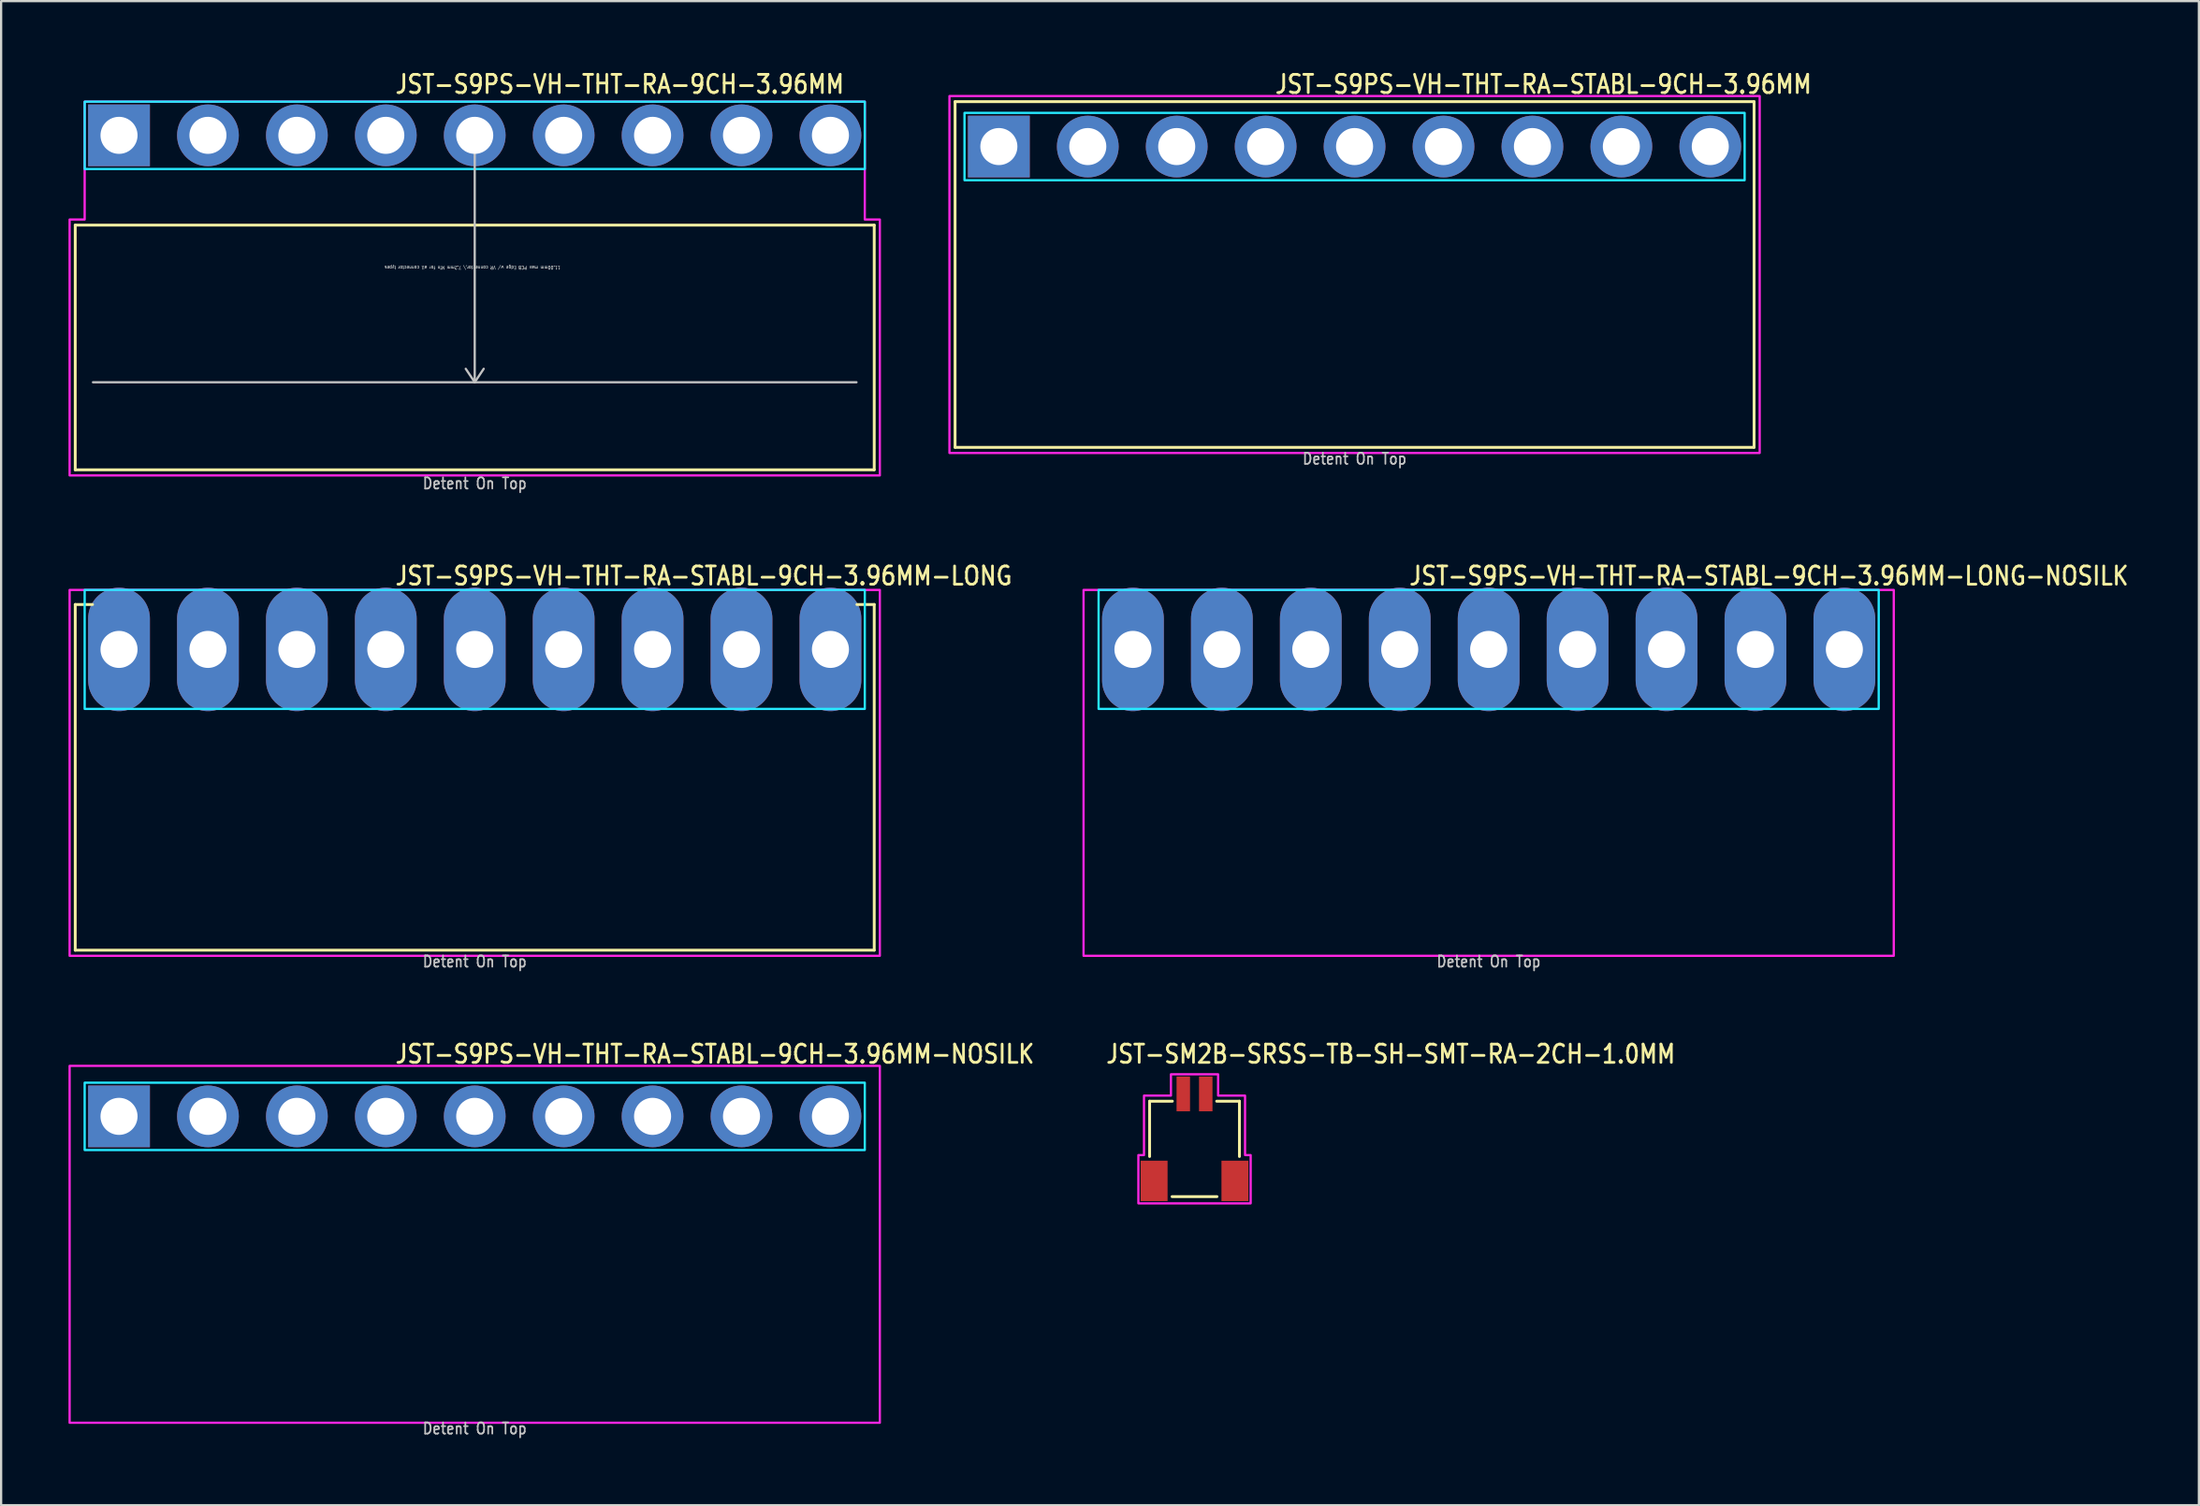
<source format=kicad_pcb>
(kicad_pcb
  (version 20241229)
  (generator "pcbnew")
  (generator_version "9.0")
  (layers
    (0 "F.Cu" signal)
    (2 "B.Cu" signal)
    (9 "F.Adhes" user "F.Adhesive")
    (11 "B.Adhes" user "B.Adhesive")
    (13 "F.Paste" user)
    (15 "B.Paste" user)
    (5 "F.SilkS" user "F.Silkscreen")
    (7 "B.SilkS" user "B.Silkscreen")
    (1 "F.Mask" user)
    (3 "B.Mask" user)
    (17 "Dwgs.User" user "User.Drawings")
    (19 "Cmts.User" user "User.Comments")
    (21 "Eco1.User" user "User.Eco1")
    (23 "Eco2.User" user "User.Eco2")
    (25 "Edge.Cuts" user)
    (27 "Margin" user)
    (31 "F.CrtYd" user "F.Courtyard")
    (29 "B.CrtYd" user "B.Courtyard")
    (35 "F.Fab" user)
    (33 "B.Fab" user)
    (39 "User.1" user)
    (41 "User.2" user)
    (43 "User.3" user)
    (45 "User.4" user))
  (footprint "JST-S9PS-VH-THT-RA-STABL-9CH-3.96MM"
    (layer "F.Cu")
    (at 57.27 3.479)
    (property "Reference" "JST-S9PS-VH-THT-RA-STABL-9CH-3.96MM" (at -3.6 -2.3 0) (unlocked yes) (layer "F.SilkS") (effects (font (size 0.813 0.695) (thickness 0.122)) (justify left bottom)))
    (fp_line (start -17.79 -2) (end 17.79 -2) (stroke (width 0.127) (type solid)) (layer "F.SilkS"))
    (fp_line (start -17.79 13.4) (end -17.79 -2) (stroke (width 0.127) (type solid)) (layer "F.SilkS"))
    (fp_line (start -17.79 13.4) (end 17.79 13.4) (stroke (width 0.127) (type solid)) (layer "F.SilkS"))
    (fp_line (start 17.79 -2) (end 17.79 13.4) (stroke (width 0.127) (type solid)) (layer "F.SilkS"))
    (fp_poly (pts (xy -17.37 -1.5) (xy -17.37 1.5) (xy 17.37 1.5) (xy 17.37 -1.5)) (stroke (width 0.1) (type solid)) (fill no) (layer "B.CrtYd"))
    (fp_poly (pts (xy -18.04 13.65) (xy 18.04 13.65) (xy 18.04 -2.25) (xy -18.04 -2.25)) (stroke (width 0.1) (type solid)) (fill no) (layer "F.CrtYd"))
    (fp_text user "Detent On Top" (at 0 14.2 0) (unlocked yes) (layer "Dwgs.User") (effects (font (size 0.5 0.427) (thickness 0.075)) (justify bottom)))
    (pad "1" thru_hole rect (at -15.84 0) (size 2.75 2.75) (drill 1.65) (layers "*.Cu" "*.Mask"))
    (pad "2" thru_hole oval (at -11.88 0) (size 2.75 2.75) (drill 1.65) (layers "*.Cu" "*.Mask"))
    (pad "3" thru_hole oval (at -7.92 0) (size 2.75 2.75) (drill 1.65) (layers "*.Cu" "*.Mask"))
    (pad "4" thru_hole oval (at -3.96 0) (size 2.75 2.75) (drill 1.65) (layers "*.Cu" "*.Mask"))
    (pad "5" thru_hole oval (at 0 0) (size 2.75 2.75) (drill 1.65) (layers "*.Cu" "*.Mask"))
    (pad "6" thru_hole oval (at 3.96 0) (size 2.75 2.75) (drill 1.65) (layers "*.Cu" "*.Mask"))
    (pad "7" thru_hole oval (at 7.92 0) (size 2.75 2.75) (drill 1.65) (layers "*.Cu" "*.Mask"))
    (pad "8" thru_hole oval (at 11.88 0) (size 2.75 2.75) (drill 1.65) (layers "*.Cu" "*.Mask"))
    (pad "9" thru_hole oval (at 15.84 0) (size 2.75 2.75) (drill 1.65) (layers "*.Cu" "*.Mask")))
  (footprint "JST-S9PS-VH-THT-RA-9CH-3.96MM"
    (layer "F.Cu")
    (at 18.09 2.979)
    (property "Reference" "JST-S9PS-VH-THT-RA-9CH-3.96MM" (at -3.6 -1.8 0) (unlocked yes) (layer "F.SilkS") (effects (font (size 0.813 0.695) (thickness 0.122)) (justify left bottom)))
    (fp_line (start -17.79 4) (end 17.79 4) (stroke (width 0.127) (type solid)) (layer "F.SilkS"))
    (fp_line (start -17.79 14.9) (end -17.79 4) (stroke (width 0.127) (type solid)) (layer "F.SilkS"))
    (fp_line (start -17.79 14.9) (end 17.79 14.9) (stroke (width 0.127) (type solid)) (layer "F.SilkS"))
    (fp_line (start 17.79 4) (end 17.79 14.9) (stroke (width 0.127) (type solid)) (layer "F.SilkS"))
    (fp_line (start -17 11) (end 17 11) (stroke (width 0.1) (type solid)) (layer "Dwgs.User"))
    (fp_line (start 0 0) (end -0.4 0.6) (stroke (width 0.1) (type solid)) (layer "Dwgs.User"))
    (fp_line (start 0 0) (end 0 11) (stroke (width 0.1) (type solid)) (layer "Dwgs.User"))
    (fp_line (start 0 0) (end 0.4 0.6) (stroke (width 0.1) (type solid)) (layer "Dwgs.User"))
    (fp_line (start 0 11) (end -0.4 10.4) (stroke (width 0.1) (type solid)) (layer "Dwgs.User"))
    (fp_line (start 0 11) (end 0.4 10.4) (stroke (width 0.1) (type solid)) (layer "Dwgs.User"))
    (fp_poly (pts (xy -17.37 -1.5) (xy -17.37 1.5) (xy 17.37 1.5) (xy 17.37 -1.5)) (stroke (width 0.1) (type solid)) (fill no) (layer "B.CrtYd"))
    (fp_poly (pts (xy -18.04 3.75) (xy -18.04 15.15) (xy 18.04 15.15) (xy 18.04 3.75) (xy 17.37 3.75) (xy 17.37 -1.5) (xy -17.37 -1.5) (xy -17.37 3.75)) (stroke (width 0.1) (type solid)) (fill no) (layer "F.CrtYd"))
    (fp_text user "11.00mm max PCB Edge w/ VR connector,\\ 7.2mm Min for all connector types" (at -0.1 5.8 180) (unlocked yes) (layer "Dwgs.User") (effects (font (size 0.15 0.128) (thickness 0.022)) (justify bottom)))
    (fp_text user "Detent On Top" (at 0 15.8 0) (unlocked yes) (layer "Dwgs.User") (effects (font (size 0.5 0.427) (thickness 0.075)) (justify bottom)))
    (pad "1" thru_hole rect (at -15.84 0) (size 2.75 2.75) (drill 1.65) (layers "*.Cu" "*.Mask"))
    (pad "2" thru_hole oval (at -11.88 0) (size 2.75 2.75) (drill 1.65) (layers "*.Cu" "*.Mask"))
    (pad "3" thru_hole oval (at -7.92 0) (size 2.75 2.75) (drill 1.65) (layers "*.Cu" "*.Mask"))
    (pad "4" thru_hole oval (at -3.96 0) (size 2.75 2.75) (drill 1.65) (layers "*.Cu" "*.Mask"))
    (pad "5" thru_hole oval (at 0 0) (size 2.75 2.75) (drill 1.65) (layers "*.Cu" "*.Mask"))
    (pad "6" thru_hole oval (at 3.96 0) (size 2.75 2.75) (drill 1.65) (layers "*.Cu" "*.Mask"))
    (pad "7" thru_hole oval (at 7.92 0) (size 2.75 2.75) (drill 1.65) (layers "*.Cu" "*.Mask"))
    (pad "8" thru_hole oval (at 11.88 0) (size 2.75 2.75) (drill 1.65) (layers "*.Cu" "*.Mask"))
    (pad "9" thru_hole oval (at 15.84 0) (size 2.75 2.75) (drill 1.65) (layers "*.Cu" "*.Mask")))
  (footprint "JST-SM2B-SRSS-TB-SH-SMT-RA-2CH-1.0MM"
    (layer "F.Cu")
    (at 50.143 47.682)
    (property "Reference" "JST-SM2B-SRSS-TB-SH-SMT-RA-2CH-1.0MM" (at -4 -3.3 0) (unlocked yes) (layer "F.SilkS") (effects (font (size 0.813 0.695) (thickness 0.122)) (justify left bottom)))
    (fp_line (start -2 -1.675) (end -0.987 -1.675) (stroke (width 0.127) (type solid)) (layer "F.SilkS"))
    (fp_line (start -2 0.788) (end -2 -1.675) (stroke (width 0.127) (type solid)) (layer "F.SilkS"))
    (fp_line (start -1 2.575) (end 1 2.575) (stroke (width 0.127) (type solid)) (layer "F.SilkS"))
    (fp_line (start 0.987 -1.675) (end 2 -1.675) (stroke (width 0.127) (type solid)) (layer "F.SilkS"))
    (fp_line (start 2 -1.675) (end 2 0.788) (stroke (width 0.127) (type solid)) (layer "F.SilkS"))
    (fp_poly (pts (xy -2.5 2.875) (xy -2.5 0.725) (xy -2.25 0.725) (xy -2.25 -1.925) (xy -1.05 -1.925) (xy -1.05 -2.875) (xy 1.05 -2.875) (xy 1.05 -1.925) (xy 2.25 -1.925) (xy 2.25 0.725) (xy 2.5 0.725) (xy 2.5 2.875)) (stroke (width 0.1) (type solid)) (fill no) (layer "F.CrtYd"))
    (pad "1" smd rect (at -0.5 -2) (size 0.6 1.55) (layers "F.Cu" "F.Mask" "F.Paste"))
    (pad "2" smd rect (at 0.5 -2) (size 0.6 1.55) (layers "F.Cu" "F.Mask" "F.Paste"))
    (pad "S_13" smd rect (at -1.8 1.875) (size 1.2 1.8) (layers "F.Cu" "F.Mask" "F.Paste"))
    (pad "S_14" smd rect (at 1.8 1.875) (size 1.2 1.8) (layers "F.Cu" "F.Mask" "F.Paste")))
  (footprint "JST-S9PS-VH-THT-RA-STABL-9CH-3.96MM-LONG"
    (layer "F.Cu")
    (at 18.09 25.88)
    (property "Reference" "JST-S9PS-VH-THT-RA-STABL-9CH-3.96MM-LONG" (at -3.6 -2.8 0) (unlocked yes) (layer "F.SilkS") (effects (font (size 0.813 0.695) (thickness 0.122)) (justify left bottom)))
    (fp_line (start -17.79 -2) (end -17.02 -2) (stroke (width 0.127) (type solid)) (layer "F.SilkS"))
    (fp_line (start -17.79 13.4) (end -17.79 -2) (stroke (width 0.127) (type solid)) (layer "F.SilkS"))
    (fp_line (start -17.79 13.4) (end 17.79 13.4) (stroke (width 0.127) (type solid)) (layer "F.SilkS"))
    (fp_line (start 17.79 -2) (end 17.02 -2) (stroke (width 0.127) (type solid)) (layer "F.SilkS"))
    (fp_line (start 17.79 -2) (end 17.79 13.4) (stroke (width 0.127) (type solid)) (layer "F.SilkS"))
    (fp_poly (pts (xy -17.37 -2.65) (xy -17.37 2.65) (xy 17.37 2.65) (xy 17.37 -2.65)) (stroke (width 0.1) (type solid)) (fill no) (layer "B.CrtYd"))
    (fp_poly (pts (xy -18.04 -2.65) (xy -18.04 13.65) (xy 18.04 13.65) (xy 18.04 -2.65)) (stroke (width 0.1) (type solid)) (fill no) (layer "F.CrtYd"))
    (fp_text user "Detent On Top" (at 0 14.2 0) (unlocked yes) (layer "Dwgs.User") (effects (font (size 0.5 0.427) (thickness 0.075)) (justify bottom)))
    (pad "1" thru_hole oval (at -15.84 0 90) (size 5.5 2.75) (drill 1.65) (layers "*.Cu" "*.Mask"))
    (pad "2" thru_hole oval (at -11.88 0 90) (size 5.5 2.75) (drill 1.65) (layers "*.Cu" "*.Mask"))
    (pad "3" thru_hole oval (at -7.92 0 90) (size 5.5 2.75) (drill 1.65) (layers "*.Cu" "*.Mask"))
    (pad "4" thru_hole oval (at -3.96 0 90) (size 5.5 2.75) (drill 1.65) (layers "*.Cu" "*.Mask"))
    (pad "5" thru_hole oval (at 0 0 90) (size 5.5 2.75) (drill 1.65) (layers "*.Cu" "*.Mask"))
    (pad "6" thru_hole oval (at 3.96 0 90) (size 5.5 2.75) (drill 1.65) (layers "*.Cu" "*.Mask"))
    (pad "7" thru_hole oval (at 7.92 0 90) (size 5.5 2.75) (drill 1.65) (layers "*.Cu" "*.Mask"))
    (pad "8" thru_hole oval (at 11.88 0 90) (size 5.5 2.75) (drill 1.65) (layers "*.Cu" "*.Mask"))
    (pad "9" thru_hole oval (at 15.84 0 90) (size 5.5 2.75) (drill 1.65) (layers "*.Cu" "*.Mask")))
  (footprint "JST-S9PS-VH-THT-RA-STABL-9CH-3.96MM-NOSILK"
    (layer "F.Cu")
    (at 18.09 46.682)
    (property "Reference" "JST-S9PS-VH-THT-RA-STABL-9CH-3.96MM-NOSILK" (at -3.6 -2.3 0) (unlocked yes) (layer "F.SilkS") (effects (font (size 0.813 0.695) (thickness 0.122)) (justify left bottom)))
    (fp_poly (pts (xy -17.37 -1.5) (xy -17.37 1.5) (xy 17.37 1.5) (xy 17.37 -1.5)) (stroke (width 0.1) (type solid)) (fill no) (layer "B.CrtYd"))
    (fp_poly (pts (xy -18.04 13.65) (xy 18.04 13.65) (xy 18.04 -2.25) (xy -18.04 -2.25)) (stroke (width 0.1) (type solid)) (fill no) (layer "F.CrtYd"))
    (fp_text user "Detent On Top" (at 0 14.2 0) (unlocked yes) (layer "Dwgs.User") (effects (font (size 0.5 0.427) (thickness 0.075)) (justify bottom)))
    (pad "1" thru_hole rect (at -15.84 0) (size 2.75 2.75) (drill 1.65) (layers "*.Cu" "*.Mask"))
    (pad "2" thru_hole oval (at -11.88 0) (size 2.75 2.75) (drill 1.65) (layers "*.Cu" "*.Mask"))
    (pad "3" thru_hole oval (at -7.92 0) (size 2.75 2.75) (drill 1.65) (layers "*.Cu" "*.Mask"))
    (pad "4" thru_hole oval (at -3.96 0) (size 2.75 2.75) (drill 1.65) (layers "*.Cu" "*.Mask"))
    (pad "5" thru_hole oval (at 0 0) (size 2.75 2.75) (drill 1.65) (layers "*.Cu" "*.Mask"))
    (pad "6" thru_hole oval (at 3.96 0) (size 2.75 2.75) (drill 1.65) (layers "*.Cu" "*.Mask"))
    (pad "7" thru_hole oval (at 7.92 0) (size 2.75 2.75) (drill 1.65) (layers "*.Cu" "*.Mask"))
    (pad "8" thru_hole oval (at 11.88 0) (size 2.75 2.75) (drill 1.65) (layers "*.Cu" "*.Mask"))
    (pad "9" thru_hole oval (at 15.84 0) (size 2.75 2.75) (drill 1.65) (layers "*.Cu" "*.Mask")))
  (footprint "JST-S9PS-VH-THT-RA-STABL-9CH-3.96MM-LONG-NOSILK"
    (layer "F.Cu")
    (at 63.241 25.88)
    (property "Reference" "JST-S9PS-VH-THT-RA-STABL-9CH-3.96MM-LONG-NOSILK" (at -3.6 -2.8 0) (unlocked yes) (layer "F.SilkS") (effects (font (size 0.813 0.695) (thickness 0.122)) (justify left bottom)))
    (fp_poly (pts (xy -17.37 -2.65) (xy -17.37 2.65) (xy 17.37 2.65) (xy 17.37 -2.65)) (stroke (width 0.1) (type solid)) (fill no) (layer "B.CrtYd"))
    (fp_poly (pts (xy -18.04 -2.65) (xy -18.04 13.65) (xy 18.04 13.65) (xy 18.04 -2.65)) (stroke (width 0.1) (type solid)) (fill no) (layer "F.CrtYd"))
    (fp_text user "Detent On Top" (at 0 14.2 0) (unlocked yes) (layer "Dwgs.User") (effects (font (size 0.5 0.427) (thickness 0.075)) (justify bottom)))
    (pad "1" thru_hole oval (at -15.84 0 90) (size 5.5 2.75) (drill 1.65) (layers "*.Cu" "*.Mask"))
    (pad "2" thru_hole oval (at -11.88 0 90) (size 5.5 2.75) (drill 1.65) (layers "*.Cu" "*.Mask"))
    (pad "3" thru_hole oval (at -7.92 0 90) (size 5.5 2.75) (drill 1.65) (layers "*.Cu" "*.Mask"))
    (pad "4" thru_hole oval (at -3.96 0 90) (size 5.5 2.75) (drill 1.65) (layers "*.Cu" "*.Mask"))
    (pad "5" thru_hole oval (at 0 0 90) (size 5.5 2.75) (drill 1.65) (layers "*.Cu" "*.Mask"))
    (pad "6" thru_hole oval (at 3.96 0 90) (size 5.5 2.75) (drill 1.65) (layers "*.Cu" "*.Mask"))
    (pad "7" thru_hole oval (at 7.92 0 90) (size 5.5 2.75) (drill 1.65) (layers "*.Cu" "*.Mask"))
    (pad "8" thru_hole oval (at 11.88 0 90) (size 5.5 2.75) (drill 1.65) (layers "*.Cu" "*.Mask"))
    (pad "9" thru_hole oval (at 15.84 0 90) (size 5.5 2.75) (drill 1.65) (layers "*.Cu" "*.Mask")))
  (gr_rect
    (start -3 -3)
    (end 94.868 64.005)
    (stroke (width 0.1) (type default))
    (fill no)
    (layer "Edge.Cuts")))
</source>
